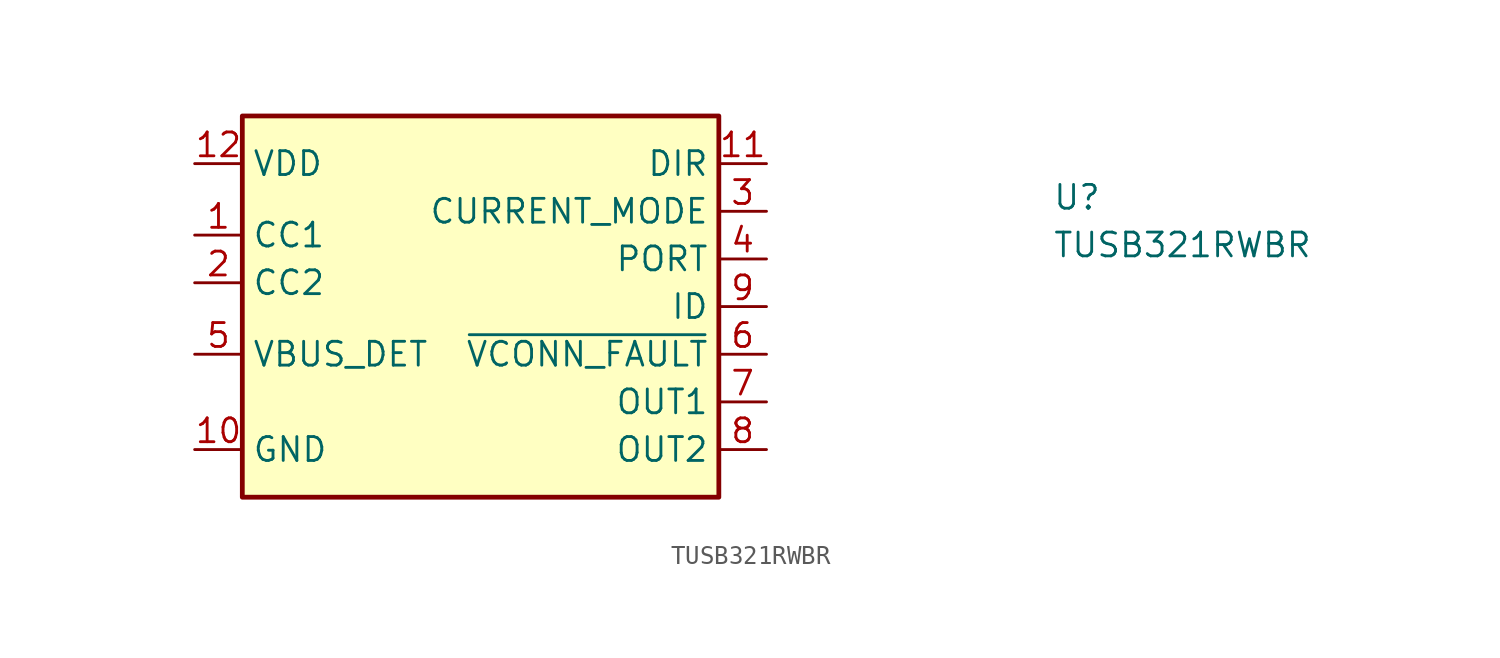
<source format=kicad_sym>
(kicad_symbol_lib
  (version 20211014)
  (generator kicad_symbol_editor)
  (symbol "TUSB321RWBR"
    (property "Reference" "U"
      (at 45.72 -2.54 0)
      (effects (font (size 1.27 1.27) (thickness 0.15)) (justify left bottom)))
    (property "Value" "TUSB321RWBR"
      (at 45.72 -5.08 0)
      (effects (font (size 1.27 1.27) (thickness 0.15)) (justify left bottom)))
    (symbol "TUSB321RWBR_1_1"
      (rectangle (start 2.54 2.54) (end 27.94 -17.78) (stroke (width 0.254) (type default) (color 0 0 0 0)) (fill (type background)))
      (pin bidirectional line (at 0 -3.81 0) (length 2.54) (name "CC1" (effects (font (size 1.27 1.27)))) (number "1" (effects (font (size 1.27 1.27)))))
      (pin power_in line (at 0 -15.24 0) (length 2.54) (name "GND" (effects (font (size 1.27 1.27)))) (number "10" (effects (font (size 1.27 1.27)))))
      (pin open_collector line (at 30.48 0 180) (length 2.54) (name "DIR" (effects (font (size 1.27 1.27)))) (number "11" (effects (font (size 1.27 1.27)))))
      (pin power_in line (at 0 0 0) (length 2.54) (name "VDD" (effects (font (size 1.27 1.27)))) (number "12" (effects (font (size 1.27 1.27)))))
      (pin bidirectional line (at 0 -6.35 0) (length 2.54) (name "CC2" (effects (font (size 1.27 1.27)))) (number "2" (effects (font (size 1.27 1.27)))))
      (pin input line (at 30.48 -2.54 180) (length 2.54) (name "CURRENT_MODE" (effects (font (size 1.27 1.27)))) (number "3" (effects (font (size 1.27 1.27)))))
      (pin input line (at 30.48 -5.08 180) (length 2.54) (name "PORT" (effects (font (size 1.27 1.27)))) (number "4" (effects (font (size 1.27 1.27)))))
      (pin input line (at 0 -10.16 0) (length 2.54) (name "VBUS_DET" (effects (font (size 1.27 1.27)))) (number "5" (effects (font (size 1.27 1.27)))))
      (pin open_collector line (at 30.48 -10.16 180) (length 2.54) (name "~{VCONN_FAULT}" (effects (font (size 1.27 1.27)))) (number "6" (effects (font (size 1.27 1.27)))))
      (pin open_collector line (at 30.48 -12.7 180) (length 2.54) (name "OUT1" (effects (font (size 1.27 1.27)))) (number "7" (effects (font (size 1.27 1.27)))))
      (pin open_collector line (at 30.48 -15.24 180) (length 2.54) (name "OUT2" (effects (font (size 1.27 1.27)))) (number "8" (effects (font (size 1.27 1.27)))))
      (pin open_collector line (at 30.48 -7.62 180) (length 2.54) (name "ID" (effects (font (size 1.27 1.27)))) (number "9" (effects (font (size 1.27 1.27))))))))
</source>
